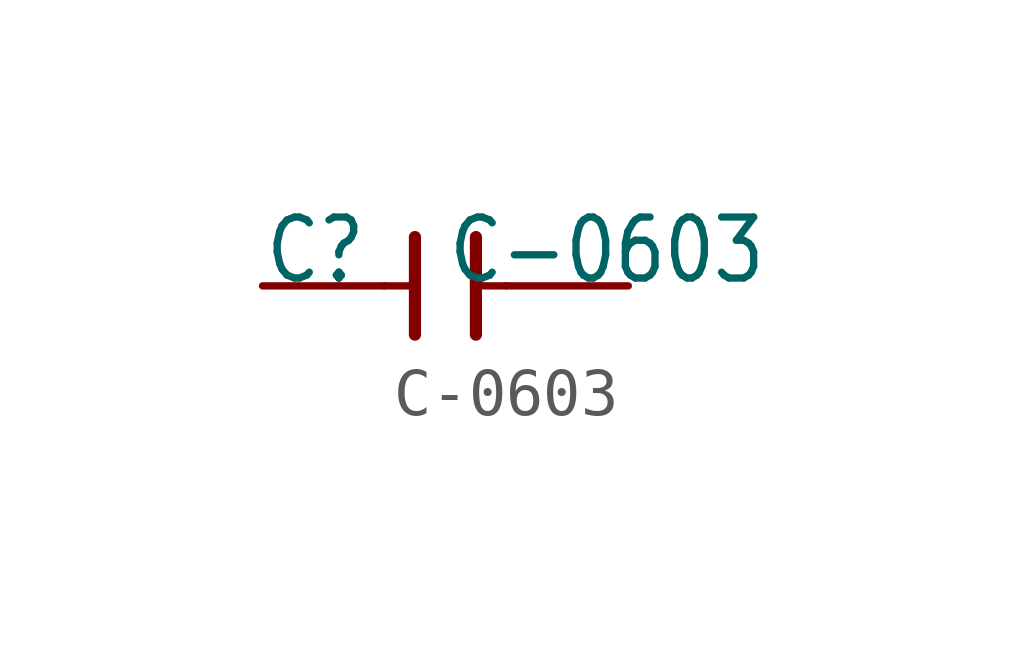
<source format=kicad_sym>
(kicad_symbol_lib
  (version 20211014)
  (generator kicad_symbol_editor)
  (symbol "C-0603"
    (property "Reference" "C"
      (at -3.81 0 0)
      (effects (font (size 1.27 1.079)) (justify left bottom)))
    (property "Value" "C-0603"
      (at 0 0 0)
      (effects (font (size 1.27 1.079)) (justify left bottom)))
    (property "ki_locked" ""
      (at 0 0 0)
      (effects (font (size 1.27 1.27))))
    (symbol "C-0603_1_0"
      (polyline (pts (xy -1.27 0) (xy -0.635 0)) (stroke (width 0.152) (type default) (color 0 0 0 0)) (fill (type none)))
      (polyline (pts (xy -0.635 -1.016) (xy -0.635 0)) (stroke (width 0.254) (type default) (color 0 0 0 0)) (fill (type none)))
      (polyline (pts (xy -0.635 0) (xy -0.635 1.016)) (stroke (width 0.254) (type default) (color 0 0 0 0)) (fill (type none)))
      (polyline (pts (xy 0.635 0) (xy 0.635 -1.016)) (stroke (width 0.254) (type default) (color 0 0 0 0)) (fill (type none)))
      (polyline (pts (xy 0.635 0) (xy 1.27 0)) (stroke (width 0.152) (type default) (color 0 0 0 0)) (fill (type none)))
      (polyline (pts (xy 0.635 1.016) (xy 0.635 0)) (stroke (width 0.254) (type default) (color 0 0 0 0)) (fill (type none)))
      (pin passive line (at -3.81 0 0) (length 2.54) (name "1" (effects (font (size 0 0)))) (number "1" (effects (font (size 0 0)))))
      (pin passive line (at 3.81 0 180) (length 2.54) (name "2" (effects (font (size 0 0)))) (number "2" (effects (font (size 0 0))))))))
</source>
